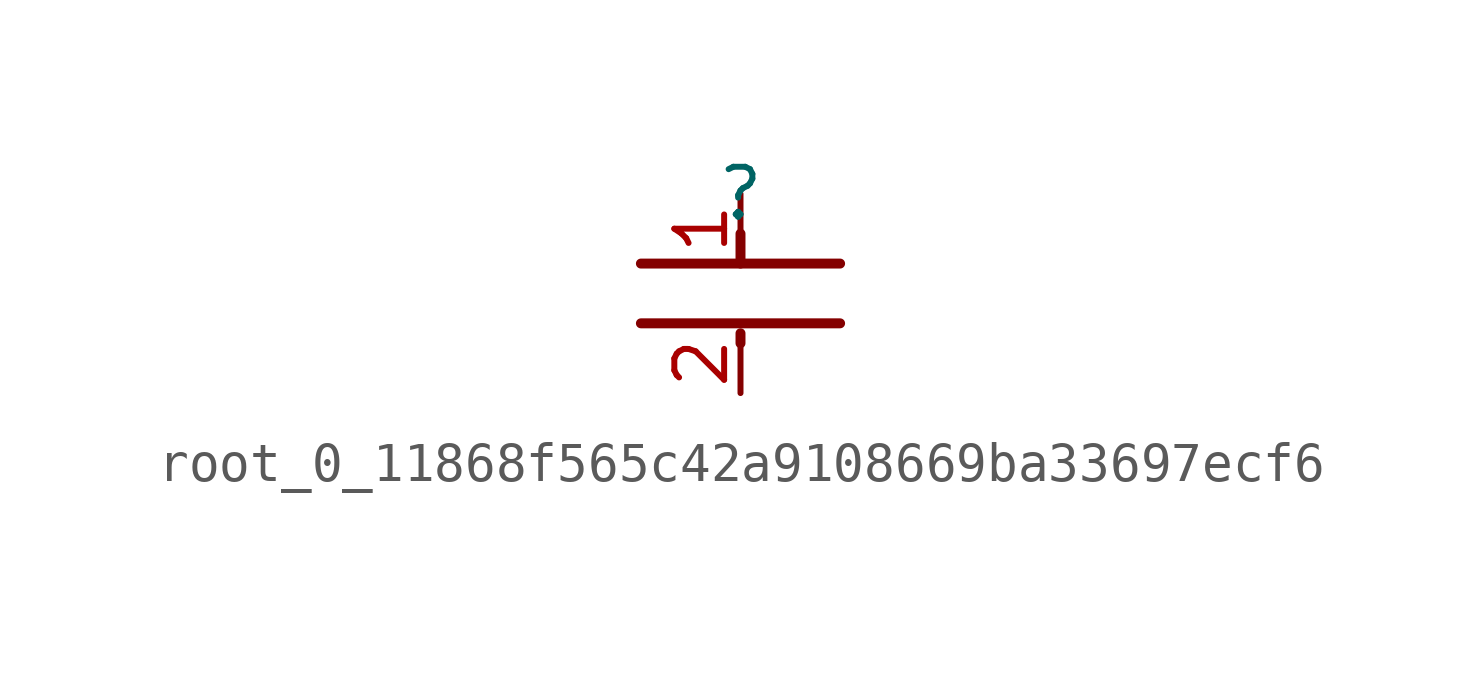
<source format=kicad_sym>
(kicad_symbol_lib
  (version 20220914)
  (generator kicad_symbol_editor)
  (symbol "root_0_11868f565c42a9108669ba33697ecf6"
    (property "Reference" ""
      (at 0 0 0)
      (effects (font (size 1.27 1.27))))
    (property "Value" ""
      (at 0 0 0)
      (effects (font (size 1.27 1.27))))
    (symbol "root_0_11868f565c42a9108669ba33697ecf6_1_0"
      (polyline (pts (xy 0 -3.556) (xy 0 -3.81)) (stroke (width 0.254) (type solid)) (fill (type none)))
      (polyline (pts (xy 0 -1.778) (xy 0 -1.016)) (stroke (width 0.254) (type solid)) (fill (type none)))
      (polyline (pts (xy 2.54 -3.302) (xy -2.54 -3.302)) (stroke (width 0.254) (type solid)) (fill (type none)))
      (polyline (pts (xy 2.54 -1.778) (xy -2.54 -1.778)) (stroke (width 0.254) (type solid)) (fill (type none)))
      (pin passive line (at 0 0 270) (length 1.778) (name "1" (effects (font (size 0 0)))) (number "1" (effects (font (size 1.27 1.27)))))
      (pin passive line (at 0 -5.08 90) (length 1.524) (name "2" (effects (font (size 0 0)))) (number "2" (effects (font (size 1.27 1.27))))))))
</source>
